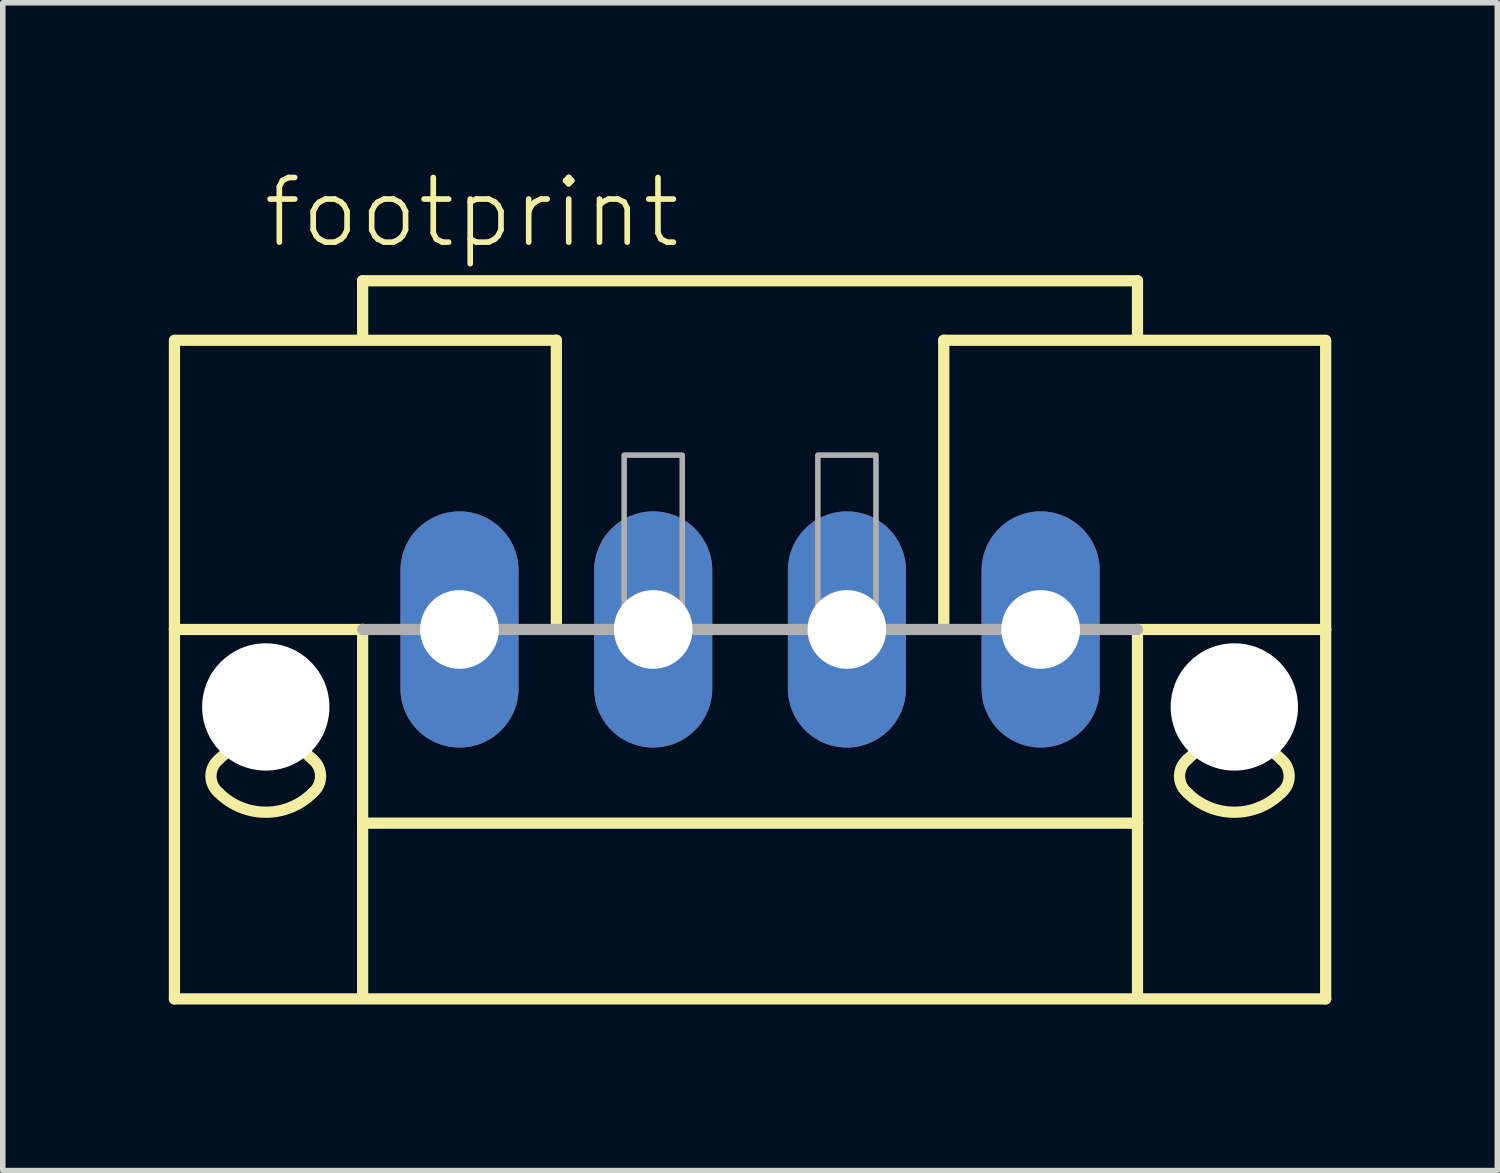
<source format=kicad_pcb>
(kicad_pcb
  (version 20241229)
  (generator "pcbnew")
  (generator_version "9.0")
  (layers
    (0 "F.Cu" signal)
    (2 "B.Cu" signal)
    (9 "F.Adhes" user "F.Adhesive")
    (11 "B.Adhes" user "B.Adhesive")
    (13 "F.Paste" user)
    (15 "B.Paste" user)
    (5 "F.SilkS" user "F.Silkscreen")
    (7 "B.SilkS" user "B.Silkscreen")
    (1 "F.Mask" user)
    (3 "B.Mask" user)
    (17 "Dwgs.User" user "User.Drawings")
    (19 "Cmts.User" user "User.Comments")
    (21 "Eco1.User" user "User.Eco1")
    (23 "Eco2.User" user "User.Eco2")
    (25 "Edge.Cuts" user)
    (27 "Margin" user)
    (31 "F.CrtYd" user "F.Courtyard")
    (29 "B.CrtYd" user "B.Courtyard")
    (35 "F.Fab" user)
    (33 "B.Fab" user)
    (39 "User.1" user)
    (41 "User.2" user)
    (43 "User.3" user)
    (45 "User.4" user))
  (footprint "footprint"
    (layer "F.Cu")
    (at 10.502 8.323)
    (property "Reference" "footprint" (at -8.85 -6.85 0) (layer "F.SilkS") (effects (font (size 1.168 1.168) (thickness 0.102)) (justify left bottom)))
    (fp_line (start -10.4 -5.225) (end -3.5 -5.225) (stroke (width 0.203) (type solid)) (layer "F.SilkS"))
    (fp_line (start -10.4 -5.2) (end -10.4 0) (stroke (width 0.203) (type solid)) (layer "F.SilkS"))
    (fp_line (start -10.4 0) (end -10.4 6.675) (stroke (width 0.203) (type solid)) (layer "F.SilkS"))
    (fp_line (start -10.4 0) (end -7 0) (stroke (width 0.203) (type solid)) (layer "F.SilkS"))
    (fp_line (start -10.4 6.675) (end 10.4 6.675) (stroke (width 0.203) (type solid)) (layer "F.SilkS"))
    (fp_line (start -7 -6.3) (end 7 -6.3) (stroke (width 0.203) (type solid)) (layer "F.SilkS"))
    (fp_line (start -7 -5.3) (end -7 -6.3) (stroke (width 0.203) (type solid)) (layer "F.SilkS"))
    (fp_line (start -7 0) (end -7 3.5) (stroke (width 0.203) (type solid)) (layer "F.SilkS"))
    (fp_line (start -7 3.5) (end 7 3.5) (stroke (width 0.203) (type solid)) (layer "F.SilkS"))
    (fp_line (start -7 6.65) (end -7 3.5) (stroke (width 0.203) (type solid)) (layer "F.SilkS"))
    (fp_line (start -3.5 -5.225) (end -3.5 -5.2) (stroke (width 0.203) (type solid)) (layer "F.SilkS"))
    (fp_line (start -3.5 -5.175) (end -3.5 0) (stroke (width 0.203) (type solid)) (layer "F.SilkS"))
    (fp_line (start 3.5 -5.225) (end 10.4 -5.225) (stroke (width 0.203) (type solid)) (layer "F.SilkS"))
    (fp_line (start 3.5 -5.2) (end 3.5 -5.225) (stroke (width 0.203) (type solid)) (layer "F.SilkS"))
    (fp_line (start 3.5 0) (end 3.5 -5.175) (stroke (width 0.203) (type solid)) (layer "F.SilkS"))
    (fp_line (start 7 -6.3) (end 7 -5.3) (stroke (width 0.203) (type solid)) (layer "F.SilkS"))
    (fp_line (start 7 3.5) (end 7 0) (stroke (width 0.203) (type solid)) (layer "F.SilkS"))
    (fp_line (start 7 6.65) (end 7 3.5) (stroke (width 0.203) (type solid)) (layer "F.SilkS"))
    (fp_line (start 10.4 0) (end 7 0) (stroke (width 0.203) (type solid)) (layer "F.SilkS"))
    (fp_line (start 10.4 0) (end 10.4 -5.2) (stroke (width 0.203) (type solid)) (layer "F.SilkS"))
    (fp_line (start 10.4 6.675) (end 10.4 0) (stroke (width 0.203) (type solid)) (layer "F.SilkS"))
    (fp_arc (start -9.6 2.35) (mid -8.75 1.997918) (end -7.9 2.35) (stroke (width 0.2032) (type solid)) (layer "F.SilkS"))
    (fp_arc (start -9.6 2.95) (mid -9.740512 2.65) (end -9.6 2.35) (stroke (width 0.2032) (type solid)) (layer "F.SilkS"))
    (fp_arc (start -7.9 2.95) (mid -8.75 3.302082) (end -9.6 2.95) (stroke (width 0.2032) (type solid)) (layer "F.SilkS"))
    (fp_arc (start -7.899999 2.350001) (mid -7.759487 2.650001) (end -7.9 2.95) (stroke (width 0.2032) (type solid)) (layer "F.SilkS"))
    (fp_arc (start 7.899999 2.949999) (mid 7.759487 2.649999) (end 7.9 2.35) (stroke (width 0.2032) (type solid)) (layer "F.SilkS"))
    (fp_arc (start 7.9 2.35) (mid 8.75 1.997918) (end 9.6 2.35) (stroke (width 0.2032) (type solid)) (layer "F.SilkS"))
    (fp_arc (start 9.6 2.35) (mid 9.740512 2.65) (end 9.6 2.95) (stroke (width 0.2032) (type solid)) (layer "F.SilkS"))
    (fp_arc (start 9.6 2.95) (mid 8.75 3.302082) (end 7.9 2.95) (stroke (width 0.2032) (type solid)) (layer "F.SilkS"))
    (fp_line (start 7 0) (end -7 0) (stroke (width 0.203) (type solid)) (layer "F.Fab"))
    (fp_poly (pts (xy -2.275 0) (xy -1.225 0) (xy -1.225 -3.15) (xy -2.275 -3.15)) (stroke (width 0.1) (type solid)) (fill no) (layer "F.Fab"))
    (fp_poly (pts (xy 1.225 0) (xy 2.275 0) (xy 2.275 -3.15) (xy 1.225 -3.15)) (stroke (width 0.1) (type solid)) (fill no) (layer "F.Fab"))
    (pad "" np_thru_hole circle (at -8.75 1.4) (size 2.3 2.3) (drill 2.3) (layers "*.Cu" "*.Mask"))
    (pad "" np_thru_hole circle (at 8.75 1.4) (size 2.3 2.3) (drill 2.3) (layers "*.Cu" "*.Mask"))
    (pad "1" thru_hole oval (at -5.25 0 90) (size 4.267 2.134) (drill 1.422) (layers "*.Cu" "*.Mask"))
    (pad "2" thru_hole oval (at -1.75 0 90) (size 4.267 2.134) (drill 1.422) (layers "*.Cu" "*.Mask"))
    (pad "3" thru_hole oval (at 1.75 0 90) (size 4.267 2.134) (drill 1.422) (layers "*.Cu" "*.Mask"))
    (pad "4" thru_hole oval (at 5.25 0 90) (size 4.267 2.134) (drill 1.422) (layers "*.Cu" "*.Mask")))
  (gr_rect
    (start -3 -3)
    (end 24.003 18.1)
    (stroke (width 0.1) (type default))
    (fill no)
    (layer "Edge.Cuts")))
</source>
